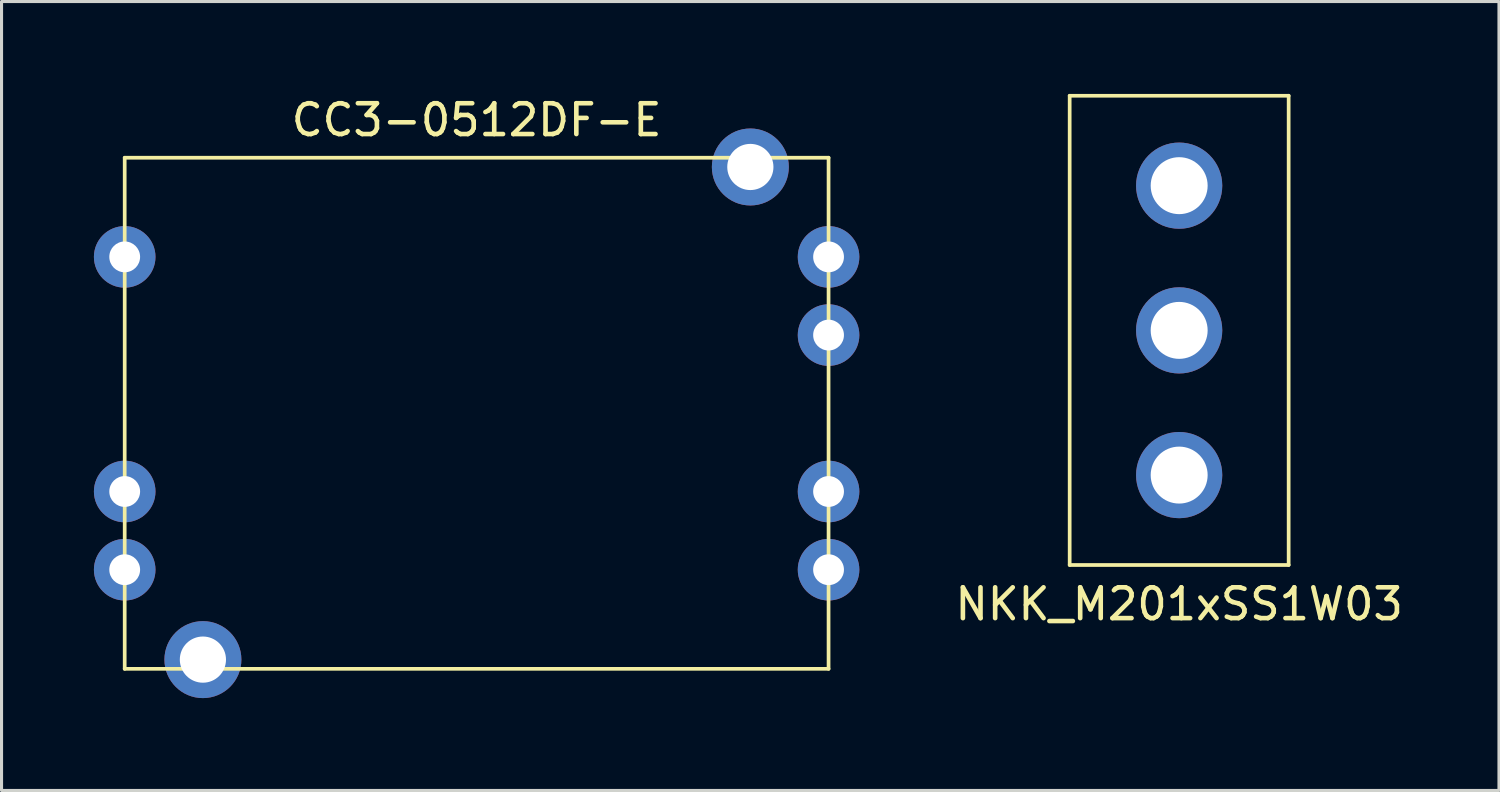
<source format=kicad_pcb>
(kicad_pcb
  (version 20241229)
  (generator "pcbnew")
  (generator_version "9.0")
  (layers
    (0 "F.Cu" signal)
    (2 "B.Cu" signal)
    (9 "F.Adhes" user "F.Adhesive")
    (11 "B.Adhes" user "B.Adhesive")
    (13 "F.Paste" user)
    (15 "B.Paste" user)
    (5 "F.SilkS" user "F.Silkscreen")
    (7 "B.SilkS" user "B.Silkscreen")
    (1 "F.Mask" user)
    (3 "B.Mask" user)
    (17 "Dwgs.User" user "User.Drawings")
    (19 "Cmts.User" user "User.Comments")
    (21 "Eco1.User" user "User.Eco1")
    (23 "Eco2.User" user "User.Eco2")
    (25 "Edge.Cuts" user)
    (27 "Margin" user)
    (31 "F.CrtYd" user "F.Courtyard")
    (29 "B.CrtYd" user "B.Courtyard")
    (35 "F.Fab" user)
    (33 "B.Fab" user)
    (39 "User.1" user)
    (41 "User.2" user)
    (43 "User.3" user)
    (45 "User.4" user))
  (footprint "NKK_M201xSS1W03"
    (layer "F.Cu")
    (at 35.247 7.68)
    (property "Reference" "NKK_M201xSS1W03" (at 0 8.89 0) (layer "F.SilkS") (effects (font (size 1 1) (thickness 0.15))))
    (attr through_hole)
    (fp_line (start -3.556 -7.62) (end -3.556 7.62) (stroke (width 0.12) (type solid)) (layer "F.SilkS"))
    (fp_line (start -3.556 -7.62) (end 3.556 -7.62) (stroke (width 0.12) (type solid)) (layer "F.SilkS"))
    (fp_line (start -3.556 7.62) (end 3.556 7.62) (stroke (width 0.12) (type solid)) (layer "F.SilkS"))
    (fp_line (start 3.556 7.62) (end 3.556 -7.62) (stroke (width 0.12) (type solid)) (layer "F.SilkS"))
    (pad "1" thru_hole circle (at 0 -4.7) (size 2.8 2.8) (drill 1.85) (layers "*.Cu" "*.Mask"))
    (pad "2" thru_hole circle (at 0 0) (size 2.8 2.8) (drill 1.85) (layers "*.Cu" "*.Mask"))
    (pad "3" thru_hole circle (at 0 4.7) (size 2.8 2.8) (drill 1.85) (layers "*.Cu" "*.Mask")))
  (footprint "CC3-0512DF-E"
    (layer "F.Cu")
    (at 12.43 10.373)
    (property "Reference" "CC3-0512DF-E" (at 0 -9.525 0) (layer "F.SilkS") (effects (font (size 1 1) (thickness 0.15))))
    (attr through_hole)
    (fp_line (start -11.43 -8.3) (end -11.43 8.3) (stroke (width 0.12) (type solid)) (layer "F.SilkS"))
    (fp_line (start -11.43 8.3) (end 11.43 8.3) (stroke (width 0.12) (type solid)) (layer "F.SilkS"))
    (fp_line (start 11.43 -8.3) (end -11.43 -8.3) (stroke (width 0.12) (type solid)) (layer "F.SilkS"))
    (fp_line (start 11.43 8.3) (end 11.43 -8.3) (stroke (width 0.12) (type solid)) (layer "F.SilkS"))
    (pad "1" thru_hole circle (at -11.43 -5.08) (size 2 2) (drill 1) (layers "*.Cu" "*.Mask"))
    (pad "2" thru_hole circle (at -11.43 2.54) (size 2 2) (drill 1) (layers "*.Cu" "*.Mask"))
    (pad "3" thru_hole circle (at -11.43 5.08) (size 2 2) (drill 1) (layers "*.Cu" "*.Mask"))
    (pad "4" thru_hole circle (at 11.43 5.08) (size 2 2) (drill 1) (layers "*.Cu" "*.Mask"))
    (pad "5" thru_hole circle (at 11.43 2.54) (size 2 2) (drill 1) (layers "*.Cu" "*.Mask"))
    (pad "6" thru_hole circle (at 11.43 -2.54) (size 2 2) (drill 1) (layers "*.Cu" "*.Mask"))
    (pad "7" thru_hole circle (at 11.43 -5.08) (size 2 2) (drill 1) (layers "*.Cu" "*.Mask"))
    (pad "8" thru_hole circle (at -8.89 8) (size 2.5 2.5) (drill 1.5) (layers "*.Cu" "*.Mask"))
    (pad "9" thru_hole circle (at 8.89 -8) (size 2.5 2.5) (drill 1.5) (layers "*.Cu" "*.Mask")))
  (gr_rect
    (start -3 -3)
    (end 45.634 22.623)
    (stroke (width 0.1) (type default))
    (fill no)
    (layer "Edge.Cuts")))
</source>
